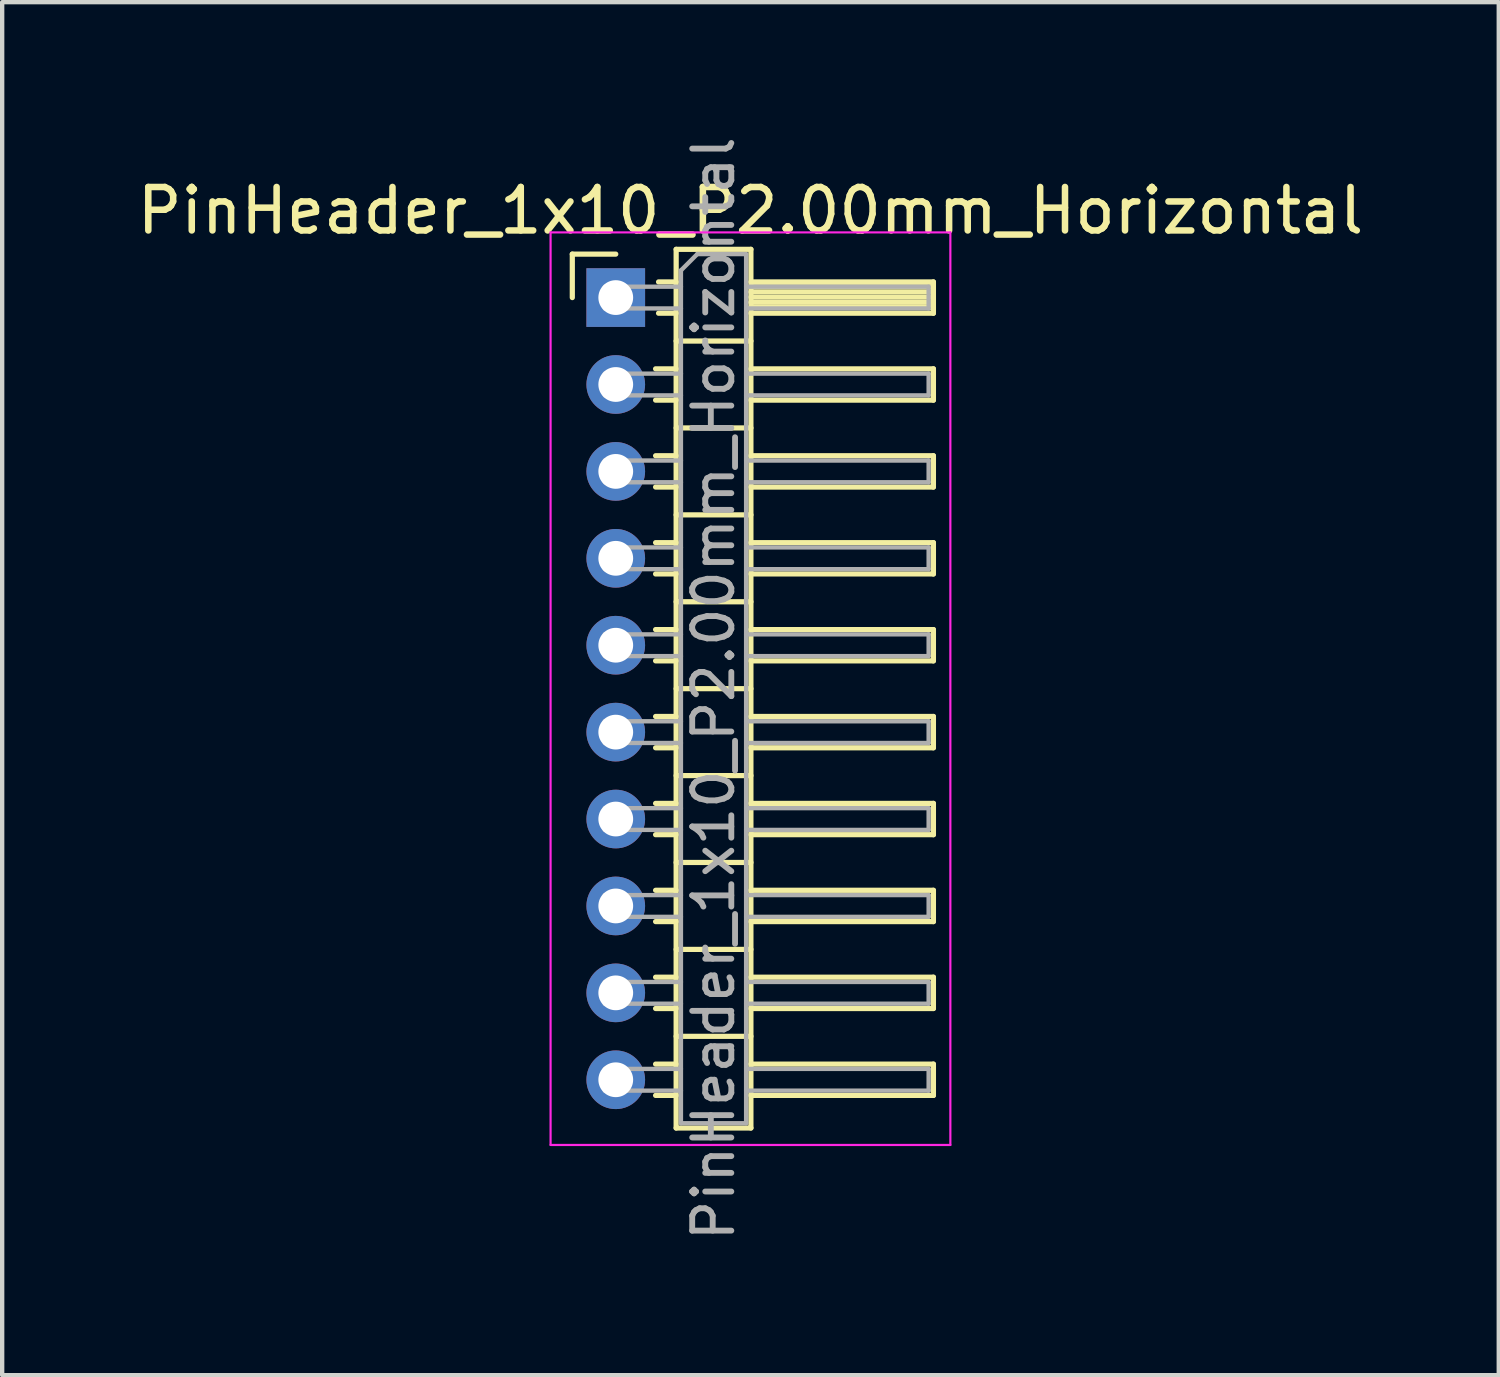
<source format=kicad_pcb>
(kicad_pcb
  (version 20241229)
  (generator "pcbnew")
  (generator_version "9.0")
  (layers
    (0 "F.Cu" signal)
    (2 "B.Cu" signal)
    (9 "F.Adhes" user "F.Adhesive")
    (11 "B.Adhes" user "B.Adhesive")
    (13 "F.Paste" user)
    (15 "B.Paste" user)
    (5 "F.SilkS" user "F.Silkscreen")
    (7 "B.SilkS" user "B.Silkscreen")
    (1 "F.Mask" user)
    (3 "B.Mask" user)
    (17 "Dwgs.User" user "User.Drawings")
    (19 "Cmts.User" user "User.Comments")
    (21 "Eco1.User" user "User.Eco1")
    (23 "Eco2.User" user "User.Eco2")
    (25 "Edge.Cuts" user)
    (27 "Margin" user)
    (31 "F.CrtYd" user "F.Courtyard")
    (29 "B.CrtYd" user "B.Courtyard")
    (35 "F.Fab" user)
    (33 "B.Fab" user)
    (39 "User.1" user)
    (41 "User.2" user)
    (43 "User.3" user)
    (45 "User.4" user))
  (footprint "PinHeader_1x10_P2.00mm_Horizontal"
    (layer "F.Cu")
    (at 11.12 3.798)
    (property "Reference" "PinHeader_1x10_P2.00mm_Horizontal" (at 3.1 -2 0) (layer "F.SilkS") (effects (font (size 1 1) (thickness 0.15))))
    (attr through_hole)
    (fp_line (start -1 -1) (end 0 -1) (stroke (width 0.12) (type solid)) (layer "F.SilkS"))
    (fp_line (start -1 0) (end -1 -1) (stroke (width 0.12) (type solid)) (layer "F.SilkS"))
    (fp_line (start 0.917 1.64) (end 1.39 1.64) (stroke (width 0.12) (type solid)) (layer "F.SilkS"))
    (fp_line (start 0.917 2.36) (end 1.39 2.36) (stroke (width 0.12) (type solid)) (layer "F.SilkS"))
    (fp_line (start 0.917 3.64) (end 1.39 3.64) (stroke (width 0.12) (type solid)) (layer "F.SilkS"))
    (fp_line (start 0.917 4.36) (end 1.39 4.36) (stroke (width 0.12) (type solid)) (layer "F.SilkS"))
    (fp_line (start 0.917 5.64) (end 1.39 5.64) (stroke (width 0.12) (type solid)) (layer "F.SilkS"))
    (fp_line (start 0.917 6.36) (end 1.39 6.36) (stroke (width 0.12) (type solid)) (layer "F.SilkS"))
    (fp_line (start 0.917 7.64) (end 1.39 7.64) (stroke (width 0.12) (type solid)) (layer "F.SilkS"))
    (fp_line (start 0.917 8.36) (end 1.39 8.36) (stroke (width 0.12) (type solid)) (layer "F.SilkS"))
    (fp_line (start 0.917 9.64) (end 1.39 9.64) (stroke (width 0.12) (type solid)) (layer "F.SilkS"))
    (fp_line (start 0.917 10.36) (end 1.39 10.36) (stroke (width 0.12) (type solid)) (layer "F.SilkS"))
    (fp_line (start 0.917 11.64) (end 1.39 11.64) (stroke (width 0.12) (type solid)) (layer "F.SilkS"))
    (fp_line (start 0.917 12.36) (end 1.39 12.36) (stroke (width 0.12) (type solid)) (layer "F.SilkS"))
    (fp_line (start 0.917 13.64) (end 1.39 13.64) (stroke (width 0.12) (type solid)) (layer "F.SilkS"))
    (fp_line (start 0.917 14.36) (end 1.39 14.36) (stroke (width 0.12) (type solid)) (layer "F.SilkS"))
    (fp_line (start 0.917 15.64) (end 1.39 15.64) (stroke (width 0.12) (type solid)) (layer "F.SilkS"))
    (fp_line (start 0.917 16.36) (end 1.39 16.36) (stroke (width 0.12) (type solid)) (layer "F.SilkS"))
    (fp_line (start 0.917 17.64) (end 1.39 17.64) (stroke (width 0.12) (type solid)) (layer "F.SilkS"))
    (fp_line (start 0.917 18.36) (end 1.39 18.36) (stroke (width 0.12) (type solid)) (layer "F.SilkS"))
    (fp_line (start 0.985 -0.36) (end 1.39 -0.36) (stroke (width 0.12) (type solid)) (layer "F.SilkS"))
    (fp_line (start 0.985 0.36) (end 1.39 0.36) (stroke (width 0.12) (type solid)) (layer "F.SilkS"))
    (fp_line (start 1.39 -1.11) (end 1.39 19.11) (stroke (width 0.12) (type solid)) (layer "F.SilkS"))
    (fp_line (start 1.39 1) (end 3.11 1) (stroke (width 0.12) (type solid)) (layer "F.SilkS"))
    (fp_line (start 1.39 3) (end 3.11 3) (stroke (width 0.12) (type solid)) (layer "F.SilkS"))
    (fp_line (start 1.39 5) (end 3.11 5) (stroke (width 0.12) (type solid)) (layer "F.SilkS"))
    (fp_line (start 1.39 7) (end 3.11 7) (stroke (width 0.12) (type solid)) (layer "F.SilkS"))
    (fp_line (start 1.39 9) (end 3.11 9) (stroke (width 0.12) (type solid)) (layer "F.SilkS"))
    (fp_line (start 1.39 11) (end 3.11 11) (stroke (width 0.12) (type solid)) (layer "F.SilkS"))
    (fp_line (start 1.39 13) (end 3.11 13) (stroke (width 0.12) (type solid)) (layer "F.SilkS"))
    (fp_line (start 1.39 15) (end 3.11 15) (stroke (width 0.12) (type solid)) (layer "F.SilkS"))
    (fp_line (start 1.39 17) (end 3.11 17) (stroke (width 0.12) (type solid)) (layer "F.SilkS"))
    (fp_line (start 1.39 19.11) (end 3.11 19.11) (stroke (width 0.12) (type solid)) (layer "F.SilkS"))
    (fp_line (start 3.11 -1.11) (end 1.39 -1.11) (stroke (width 0.12) (type solid)) (layer "F.SilkS"))
    (fp_line (start 3.11 -0.36) (end 7.31 -0.36) (stroke (width 0.12) (type solid)) (layer "F.SilkS"))
    (fp_line (start 3.11 -0.25) (end 7.31 -0.25) (stroke (width 0.12) (type solid)) (layer "F.SilkS"))
    (fp_line (start 3.11 -0.13) (end 7.31 -0.13) (stroke (width 0.12) (type solid)) (layer "F.SilkS"))
    (fp_line (start 3.11 -0.01) (end 7.31 -0.01) (stroke (width 0.12) (type solid)) (layer "F.SilkS"))
    (fp_line (start 3.11 0.11) (end 7.31 0.11) (stroke (width 0.12) (type solid)) (layer "F.SilkS"))
    (fp_line (start 3.11 0.23) (end 7.31 0.23) (stroke (width 0.12) (type solid)) (layer "F.SilkS"))
    (fp_line (start 3.11 1.64) (end 7.31 1.64) (stroke (width 0.12) (type solid)) (layer "F.SilkS"))
    (fp_line (start 3.11 3.64) (end 7.31 3.64) (stroke (width 0.12) (type solid)) (layer "F.SilkS"))
    (fp_line (start 3.11 5.64) (end 7.31 5.64) (stroke (width 0.12) (type solid)) (layer "F.SilkS"))
    (fp_line (start 3.11 7.64) (end 7.31 7.64) (stroke (width 0.12) (type solid)) (layer "F.SilkS"))
    (fp_line (start 3.11 9.64) (end 7.31 9.64) (stroke (width 0.12) (type solid)) (layer "F.SilkS"))
    (fp_line (start 3.11 11.64) (end 7.31 11.64) (stroke (width 0.12) (type solid)) (layer "F.SilkS"))
    (fp_line (start 3.11 13.64) (end 7.31 13.64) (stroke (width 0.12) (type solid)) (layer "F.SilkS"))
    (fp_line (start 3.11 15.64) (end 7.31 15.64) (stroke (width 0.12) (type solid)) (layer "F.SilkS"))
    (fp_line (start 3.11 17.64) (end 7.31 17.64) (stroke (width 0.12) (type solid)) (layer "F.SilkS"))
    (fp_line (start 3.11 19.11) (end 3.11 -1.11) (stroke (width 0.12) (type solid)) (layer "F.SilkS"))
    (fp_line (start 7.31 -0.36) (end 7.31 0.36) (stroke (width 0.12) (type solid)) (layer "F.SilkS"))
    (fp_line (start 7.31 0.36) (end 3.11 0.36) (stroke (width 0.12) (type solid)) (layer "F.SilkS"))
    (fp_line (start 7.31 1.64) (end 7.31 2.36) (stroke (width 0.12) (type solid)) (layer "F.SilkS"))
    (fp_line (start 7.31 2.36) (end 3.11 2.36) (stroke (width 0.12) (type solid)) (layer "F.SilkS"))
    (fp_line (start 7.31 3.64) (end 7.31 4.36) (stroke (width 0.12) (type solid)) (layer "F.SilkS"))
    (fp_line (start 7.31 4.36) (end 3.11 4.36) (stroke (width 0.12) (type solid)) (layer "F.SilkS"))
    (fp_line (start 7.31 5.64) (end 7.31 6.36) (stroke (width 0.12) (type solid)) (layer "F.SilkS"))
    (fp_line (start 7.31 6.36) (end 3.11 6.36) (stroke (width 0.12) (type solid)) (layer "F.SilkS"))
    (fp_line (start 7.31 7.64) (end 7.31 8.36) (stroke (width 0.12) (type solid)) (layer "F.SilkS"))
    (fp_line (start 7.31 8.36) (end 3.11 8.36) (stroke (width 0.12) (type solid)) (layer "F.SilkS"))
    (fp_line (start 7.31 9.64) (end 7.31 10.36) (stroke (width 0.12) (type solid)) (layer "F.SilkS"))
    (fp_line (start 7.31 10.36) (end 3.11 10.36) (stroke (width 0.12) (type solid)) (layer "F.SilkS"))
    (fp_line (start 7.31 11.64) (end 7.31 12.36) (stroke (width 0.12) (type solid)) (layer "F.SilkS"))
    (fp_line (start 7.31 12.36) (end 3.11 12.36) (stroke (width 0.12) (type solid)) (layer "F.SilkS"))
    (fp_line (start 7.31 13.64) (end 7.31 14.36) (stroke (width 0.12) (type solid)) (layer "F.SilkS"))
    (fp_line (start 7.31 14.36) (end 3.11 14.36) (stroke (width 0.12) (type solid)) (layer "F.SilkS"))
    (fp_line (start 7.31 15.64) (end 7.31 16.36) (stroke (width 0.12) (type solid)) (layer "F.SilkS"))
    (fp_line (start 7.31 16.36) (end 3.11 16.36) (stroke (width 0.12) (type solid)) (layer "F.SilkS"))
    (fp_line (start 7.31 17.64) (end 7.31 18.36) (stroke (width 0.12) (type solid)) (layer "F.SilkS"))
    (fp_line (start 7.31 18.36) (end 3.11 18.36) (stroke (width 0.12) (type solid)) (layer "F.SilkS"))
    (fp_line (start -1.5 -1.5) (end -1.5 19.5) (stroke (width 0.05) (type solid)) (layer "F.CrtYd"))
    (fp_line (start -1.5 19.5) (end 7.7 19.5) (stroke (width 0.05) (type solid)) (layer "F.CrtYd"))
    (fp_line (start 7.7 -1.5) (end -1.5 -1.5) (stroke (width 0.05) (type solid)) (layer "F.CrtYd"))
    (fp_line (start 7.7 19.5) (end 7.7 -1.5) (stroke (width 0.05) (type solid)) (layer "F.CrtYd"))
    (fp_line (start -0.25 -0.25) (end -0.25 0.25) (stroke (width 0.1) (type solid)) (layer "F.Fab"))
    (fp_line (start -0.25 -0.25) (end 1.5 -0.25) (stroke (width 0.1) (type solid)) (layer "F.Fab"))
    (fp_line (start -0.25 0.25) (end 1.5 0.25) (stroke (width 0.1) (type solid)) (layer "F.Fab"))
    (fp_line (start -0.25 1.75) (end -0.25 2.25) (stroke (width 0.1) (type solid)) (layer "F.Fab"))
    (fp_line (start -0.25 1.75) (end 1.5 1.75) (stroke (width 0.1) (type solid)) (layer "F.Fab"))
    (fp_line (start -0.25 2.25) (end 1.5 2.25) (stroke (width 0.1) (type solid)) (layer "F.Fab"))
    (fp_line (start -0.25 3.75) (end -0.25 4.25) (stroke (width 0.1) (type solid)) (layer "F.Fab"))
    (fp_line (start -0.25 3.75) (end 1.5 3.75) (stroke (width 0.1) (type solid)) (layer "F.Fab"))
    (fp_line (start -0.25 4.25) (end 1.5 4.25) (stroke (width 0.1) (type solid)) (layer "F.Fab"))
    (fp_line (start -0.25 5.75) (end -0.25 6.25) (stroke (width 0.1) (type solid)) (layer "F.Fab"))
    (fp_line (start -0.25 5.75) (end 1.5 5.75) (stroke (width 0.1) (type solid)) (layer "F.Fab"))
    (fp_line (start -0.25 6.25) (end 1.5 6.25) (stroke (width 0.1) (type solid)) (layer "F.Fab"))
    (fp_line (start -0.25 7.75) (end -0.25 8.25) (stroke (width 0.1) (type solid)) (layer "F.Fab"))
    (fp_line (start -0.25 7.75) (end 1.5 7.75) (stroke (width 0.1) (type solid)) (layer "F.Fab"))
    (fp_line (start -0.25 8.25) (end 1.5 8.25) (stroke (width 0.1) (type solid)) (layer "F.Fab"))
    (fp_line (start -0.25 9.75) (end -0.25 10.25) (stroke (width 0.1) (type solid)) (layer "F.Fab"))
    (fp_line (start -0.25 9.75) (end 1.5 9.75) (stroke (width 0.1) (type solid)) (layer "F.Fab"))
    (fp_line (start -0.25 10.25) (end 1.5 10.25) (stroke (width 0.1) (type solid)) (layer "F.Fab"))
    (fp_line (start -0.25 11.75) (end -0.25 12.25) (stroke (width 0.1) (type solid)) (layer "F.Fab"))
    (fp_line (start -0.25 11.75) (end 1.5 11.75) (stroke (width 0.1) (type solid)) (layer "F.Fab"))
    (fp_line (start -0.25 12.25) (end 1.5 12.25) (stroke (width 0.1) (type solid)) (layer "F.Fab"))
    (fp_line (start -0.25 13.75) (end -0.25 14.25) (stroke (width 0.1) (type solid)) (layer "F.Fab"))
    (fp_line (start -0.25 13.75) (end 1.5 13.75) (stroke (width 0.1) (type solid)) (layer "F.Fab"))
    (fp_line (start -0.25 14.25) (end 1.5 14.25) (stroke (width 0.1) (type solid)) (layer "F.Fab"))
    (fp_line (start -0.25 15.75) (end -0.25 16.25) (stroke (width 0.1) (type solid)) (layer "F.Fab"))
    (fp_line (start -0.25 15.75) (end 1.5 15.75) (stroke (width 0.1) (type solid)) (layer "F.Fab"))
    (fp_line (start -0.25 16.25) (end 1.5 16.25) (stroke (width 0.1) (type solid)) (layer "F.Fab"))
    (fp_line (start -0.25 17.75) (end -0.25 18.25) (stroke (width 0.1) (type solid)) (layer "F.Fab"))
    (fp_line (start -0.25 17.75) (end 1.5 17.75) (stroke (width 0.1) (type solid)) (layer "F.Fab"))
    (fp_line (start -0.25 18.25) (end 1.5 18.25) (stroke (width 0.1) (type solid)) (layer "F.Fab"))
    (fp_line (start 1.5 -0.625) (end 1.875 -1) (stroke (width 0.1) (type solid)) (layer "F.Fab"))
    (fp_line (start 1.5 19) (end 1.5 -0.625) (stroke (width 0.1) (type solid)) (layer "F.Fab"))
    (fp_line (start 1.875 -1) (end 3 -1) (stroke (width 0.1) (type solid)) (layer "F.Fab"))
    (fp_line (start 3 -1) (end 3 19) (stroke (width 0.1) (type solid)) (layer "F.Fab"))
    (fp_line (start 3 -0.25) (end 7.2 -0.25) (stroke (width 0.1) (type solid)) (layer "F.Fab"))
    (fp_line (start 3 0.25) (end 7.2 0.25) (stroke (width 0.1) (type solid)) (layer "F.Fab"))
    (fp_line (start 3 1.75) (end 7.2 1.75) (stroke (width 0.1) (type solid)) (layer "F.Fab"))
    (fp_line (start 3 2.25) (end 7.2 2.25) (stroke (width 0.1) (type solid)) (layer "F.Fab"))
    (fp_line (start 3 3.75) (end 7.2 3.75) (stroke (width 0.1) (type solid)) (layer "F.Fab"))
    (fp_line (start 3 4.25) (end 7.2 4.25) (stroke (width 0.1) (type solid)) (layer "F.Fab"))
    (fp_line (start 3 5.75) (end 7.2 5.75) (stroke (width 0.1) (type solid)) (layer "F.Fab"))
    (fp_line (start 3 6.25) (end 7.2 6.25) (stroke (width 0.1) (type solid)) (layer "F.Fab"))
    (fp_line (start 3 7.75) (end 7.2 7.75) (stroke (width 0.1) (type solid)) (layer "F.Fab"))
    (fp_line (start 3 8.25) (end 7.2 8.25) (stroke (width 0.1) (type solid)) (layer "F.Fab"))
    (fp_line (start 3 9.75) (end 7.2 9.75) (stroke (width 0.1) (type solid)) (layer "F.Fab"))
    (fp_line (start 3 10.25) (end 7.2 10.25) (stroke (width 0.1) (type solid)) (layer "F.Fab"))
    (fp_line (start 3 11.75) (end 7.2 11.75) (stroke (width 0.1) (type solid)) (layer "F.Fab"))
    (fp_line (start 3 12.25) (end 7.2 12.25) (stroke (width 0.1) (type solid)) (layer "F.Fab"))
    (fp_line (start 3 13.75) (end 7.2 13.75) (stroke (width 0.1) (type solid)) (layer "F.Fab"))
    (fp_line (start 3 14.25) (end 7.2 14.25) (stroke (width 0.1) (type solid)) (layer "F.Fab"))
    (fp_line (start 3 15.75) (end 7.2 15.75) (stroke (width 0.1) (type solid)) (layer "F.Fab"))
    (fp_line (start 3 16.25) (end 7.2 16.25) (stroke (width 0.1) (type solid)) (layer "F.Fab"))
    (fp_line (start 3 17.75) (end 7.2 17.75) (stroke (width 0.1) (type solid)) (layer "F.Fab"))
    (fp_line (start 3 18.25) (end 7.2 18.25) (stroke (width 0.1) (type solid)) (layer "F.Fab"))
    (fp_line (start 3 19) (end 1.5 19) (stroke (width 0.1) (type solid)) (layer "F.Fab"))
    (fp_line (start 7.2 -0.25) (end 7.2 0.25) (stroke (width 0.1) (type solid)) (layer "F.Fab"))
    (fp_line (start 7.2 1.75) (end 7.2 2.25) (stroke (width 0.1) (type solid)) (layer "F.Fab"))
    (fp_line (start 7.2 3.75) (end 7.2 4.25) (stroke (width 0.1) (type solid)) (layer "F.Fab"))
    (fp_line (start 7.2 5.75) (end 7.2 6.25) (stroke (width 0.1) (type solid)) (layer "F.Fab"))
    (fp_line (start 7.2 7.75) (end 7.2 8.25) (stroke (width 0.1) (type solid)) (layer "F.Fab"))
    (fp_line (start 7.2 9.75) (end 7.2 10.25) (stroke (width 0.1) (type solid)) (layer "F.Fab"))
    (fp_line (start 7.2 11.75) (end 7.2 12.25) (stroke (width 0.1) (type solid)) (layer "F.Fab"))
    (fp_line (start 7.2 13.75) (end 7.2 14.25) (stroke (width 0.1) (type solid)) (layer "F.Fab"))
    (fp_line (start 7.2 15.75) (end 7.2 16.25) (stroke (width 0.1) (type solid)) (layer "F.Fab"))
    (fp_line (start 7.2 17.75) (end 7.2 18.25) (stroke (width 0.1) (type solid)) (layer "F.Fab"))
    (fp_text user "${REFERENCE}" (at 2.25 9 90) (layer "F.Fab") (effects (font (size 0.9 0.9) (thickness 0.135))))
    (pad "1" thru_hole rect (at 0 0) (size 1.35 1.35) (drill 0.8) (layers "*.Cu" "*.Mask"))
    (pad "2" thru_hole circle (at 0 2) (size 1.35 1.35) (drill 0.8) (layers "*.Cu" "*.Mask"))
    (pad "3" thru_hole circle (at 0 4) (size 1.35 1.35) (drill 0.8) (layers "*.Cu" "*.Mask"))
    (pad "4" thru_hole circle (at 0 6) (size 1.35 1.35) (drill 0.8) (layers "*.Cu" "*.Mask"))
    (pad "5" thru_hole circle (at 0 8) (size 1.35 1.35) (drill 0.8) (layers "*.Cu" "*.Mask"))
    (pad "6" thru_hole circle (at 0 10) (size 1.35 1.35) (drill 0.8) (layers "*.Cu" "*.Mask"))
    (pad "7" thru_hole circle (at 0 12) (size 1.35 1.35) (drill 0.8) (layers "*.Cu" "*.Mask"))
    (pad "8" thru_hole circle (at 0 14) (size 1.35 1.35) (drill 0.8) (layers "*.Cu" "*.Mask"))
    (pad "9" thru_hole circle (at 0 16) (size 1.35 1.35) (drill 0.8) (layers "*.Cu" "*.Mask"))
    (pad "10" thru_hole circle (at 0 18) (size 1.35 1.35) (drill 0.8) (layers "*.Cu" "*.Mask")))
  (gr_rect
    (start -3 -3)
    (end 31.44 28.596)
    (stroke (width 0.1) (type default))
    (fill no)
    (layer "Edge.Cuts")))
</source>
